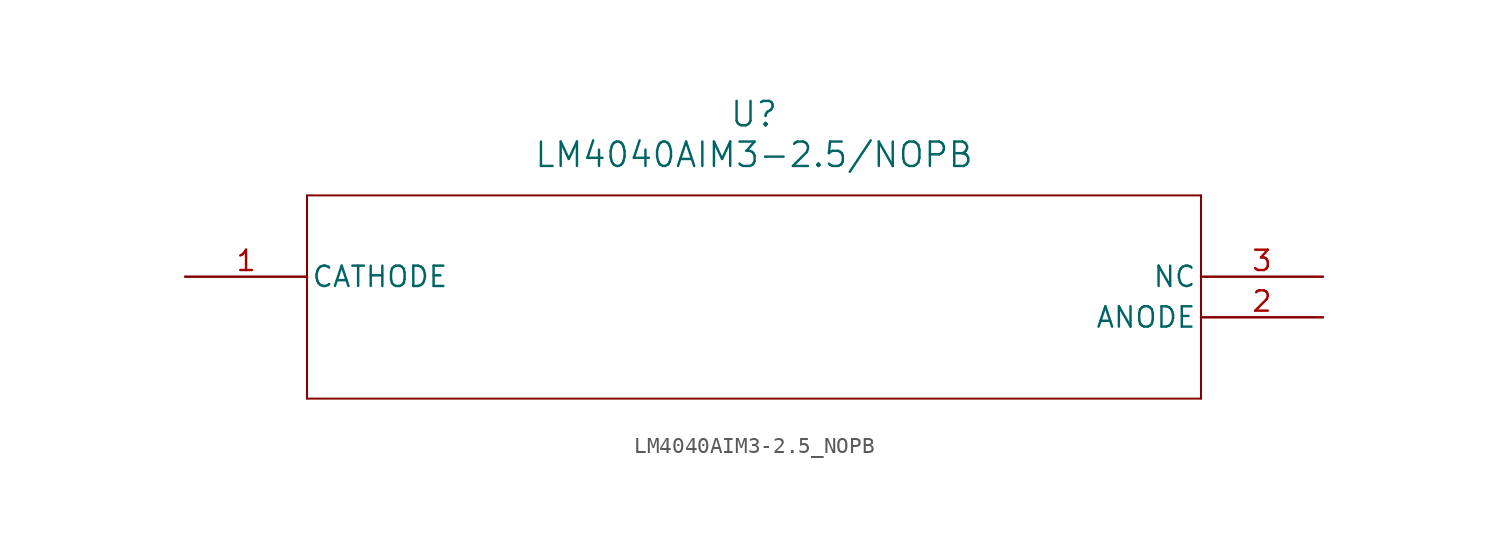
<source format=kicad_sym>
(kicad_symbol_lib
  (version 20211014)
  (generator kicad_symbol_editor)
  (symbol "LM4040AIM3-2.5_NOPB"
    (pin_names
      (offset 0.254))
    (property "Reference" "U"
      (at 35.56 10.16 0)
      (effects (font (size 1.524 1.524))))
    (property "Value" "LM4040AIM3-2.5/NOPB"
      (at 35.56 7.62 0)
      (effects (font (size 1.524 1.524))))
    (symbol "LM4040AIM3-2.5_NOPB_0_1"
      (polyline (pts (xy 7.62 5.08) (xy 7.62 -7.62)) (stroke (width 0.127) (type default) (color 0 0 0 0)) (fill (type none)))
      (polyline (pts (xy 7.62 -7.62) (xy 63.5 -7.62)) (stroke (width 0.127) (type default) (color 0 0 0 0)) (fill (type none)))
      (polyline (pts (xy 63.5 -7.62) (xy 63.5 5.08)) (stroke (width 0.127) (type default) (color 0 0 0 0)) (fill (type none)))
      (polyline (pts (xy 63.5 5.08) (xy 7.62 5.08)) (stroke (width 0.127) (type default) (color 0 0 0 0)) (fill (type none)))
      (pin unspecified line (at 0 0 0) (length 7.62) (name "CATHODE" (effects (font (size 1.27 1.27)))) (number "1" (effects (font (size 1.27 1.27)))))
      (pin unspecified line (at 71.12 -2.54 180) (length 7.62) (name "ANODE" (effects (font (size 1.27 1.27)))) (number "2" (effects (font (size 1.27 1.27)))))
      (pin unspecified line (at 71.12 0 180) (length 7.62) (name "NC" (effects (font (size 1.27 1.27)))) (number "3" (effects (font (size 1.27 1.27))))))))
</source>
